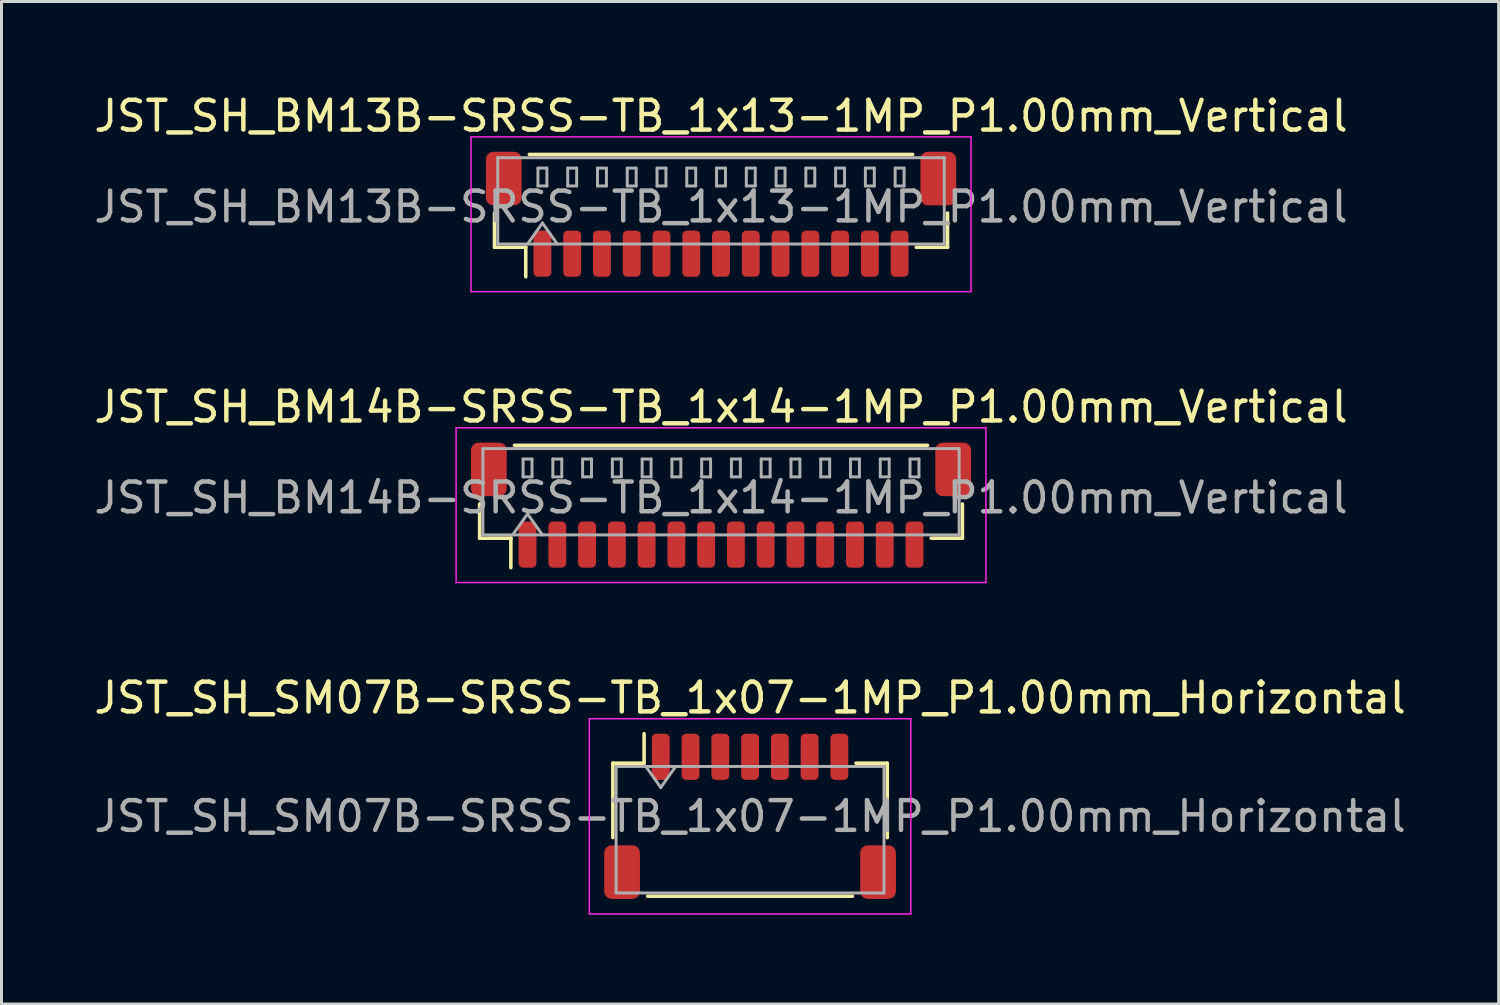
<source format=kicad_pcb>
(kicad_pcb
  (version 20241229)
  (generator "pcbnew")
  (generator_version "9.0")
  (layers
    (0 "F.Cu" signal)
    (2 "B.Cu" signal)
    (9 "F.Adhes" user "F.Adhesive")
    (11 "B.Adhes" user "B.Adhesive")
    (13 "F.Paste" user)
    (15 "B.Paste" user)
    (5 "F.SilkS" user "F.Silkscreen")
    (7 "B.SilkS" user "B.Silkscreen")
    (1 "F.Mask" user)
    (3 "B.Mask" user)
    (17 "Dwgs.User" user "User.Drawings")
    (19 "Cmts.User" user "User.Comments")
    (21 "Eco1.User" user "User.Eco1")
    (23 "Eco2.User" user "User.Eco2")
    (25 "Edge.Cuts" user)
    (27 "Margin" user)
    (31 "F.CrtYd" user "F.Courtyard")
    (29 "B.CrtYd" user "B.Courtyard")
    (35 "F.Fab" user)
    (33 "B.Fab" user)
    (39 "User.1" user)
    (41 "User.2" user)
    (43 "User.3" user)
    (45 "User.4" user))
  (footprint "JST_SH_BM14B-SRSS-TB_1x14-1MP_P1.00mm_Vertical"
    (layer "F.Cu")
    (at 21.173 13.921)
    (property "Reference" "JST_SH_BM14B-SRSS-TB_1x14-1MP_P1.00mm_Vertical" (at 0 -3.3 0) (layer "F.SilkS") (effects (font (size 1 1) (thickness 0.15))))
    (attr smd)
    (fp_line (start -8.11 -0.04) (end -8.11 1.11) (stroke (width 0.12) (type solid)) (layer "F.SilkS"))
    (fp_line (start -8.11 1.11) (end -7.06 1.11) (stroke (width 0.12) (type solid)) (layer "F.SilkS"))
    (fp_line (start -7.06 1.11) (end -7.06 2.1) (stroke (width 0.12) (type solid)) (layer "F.SilkS"))
    (fp_line (start -6.94 -2.01) (end 6.94 -2.01) (stroke (width 0.12) (type solid)) (layer "F.SilkS"))
    (fp_line (start 8.11 -0.04) (end 8.11 1.11) (stroke (width 0.12) (type solid)) (layer "F.SilkS"))
    (fp_line (start 8.11 1.11) (end 7.06 1.11) (stroke (width 0.12) (type solid)) (layer "F.SilkS"))
    (fp_line (start -8.9 -2.6) (end -8.9 2.6) (stroke (width 0.05) (type solid)) (layer "F.CrtYd"))
    (fp_line (start -8.9 2.6) (end 8.9 2.6) (stroke (width 0.05) (type solid)) (layer "F.CrtYd"))
    (fp_line (start 8.9 -2.6) (end -8.9 -2.6) (stroke (width 0.05) (type solid)) (layer "F.CrtYd"))
    (fp_line (start 8.9 2.6) (end 8.9 -2.6) (stroke (width 0.05) (type solid)) (layer "F.CrtYd"))
    (fp_line (start -8 -1.9) (end 8 -1.9) (stroke (width 0.1) (type solid)) (layer "F.Fab"))
    (fp_line (start -8 1) (end -8 -1.9) (stroke (width 0.1) (type solid)) (layer "F.Fab"))
    (fp_line (start -8 1) (end 8 1) (stroke (width 0.1) (type solid)) (layer "F.Fab"))
    (fp_line (start -7 1) (end -6.5 0.293) (stroke (width 0.1) (type solid)) (layer "F.Fab"))
    (fp_line (start -6.65 -1.55) (end -6.65 -0.95) (stroke (width 0.1) (type solid)) (layer "F.Fab"))
    (fp_line (start -6.65 -0.95) (end -6.35 -0.95) (stroke (width 0.1) (type solid)) (layer "F.Fab"))
    (fp_line (start -6.5 0.293) (end -6 1) (stroke (width 0.1) (type solid)) (layer "F.Fab"))
    (fp_line (start -6.35 -1.55) (end -6.65 -1.55) (stroke (width 0.1) (type solid)) (layer "F.Fab"))
    (fp_line (start -6.35 -0.95) (end -6.35 -1.55) (stroke (width 0.1) (type solid)) (layer "F.Fab"))
    (fp_line (start -5.65 -1.55) (end -5.65 -0.95) (stroke (width 0.1) (type solid)) (layer "F.Fab"))
    (fp_line (start -5.65 -0.95) (end -5.35 -0.95) (stroke (width 0.1) (type solid)) (layer "F.Fab"))
    (fp_line (start -5.35 -1.55) (end -5.65 -1.55) (stroke (width 0.1) (type solid)) (layer "F.Fab"))
    (fp_line (start -5.35 -0.95) (end -5.35 -1.55) (stroke (width 0.1) (type solid)) (layer "F.Fab"))
    (fp_line (start -4.65 -1.55) (end -4.65 -0.95) (stroke (width 0.1) (type solid)) (layer "F.Fab"))
    (fp_line (start -4.65 -0.95) (end -4.35 -0.95) (stroke (width 0.1) (type solid)) (layer "F.Fab"))
    (fp_line (start -4.35 -1.55) (end -4.65 -1.55) (stroke (width 0.1) (type solid)) (layer "F.Fab"))
    (fp_line (start -4.35 -0.95) (end -4.35 -1.55) (stroke (width 0.1) (type solid)) (layer "F.Fab"))
    (fp_line (start -3.65 -1.55) (end -3.65 -0.95) (stroke (width 0.1) (type solid)) (layer "F.Fab"))
    (fp_line (start -3.65 -0.95) (end -3.35 -0.95) (stroke (width 0.1) (type solid)) (layer "F.Fab"))
    (fp_line (start -3.35 -1.55) (end -3.65 -1.55) (stroke (width 0.1) (type solid)) (layer "F.Fab"))
    (fp_line (start -3.35 -0.95) (end -3.35 -1.55) (stroke (width 0.1) (type solid)) (layer "F.Fab"))
    (fp_line (start -2.65 -1.55) (end -2.65 -0.95) (stroke (width 0.1) (type solid)) (layer "F.Fab"))
    (fp_line (start -2.65 -0.95) (end -2.35 -0.95) (stroke (width 0.1) (type solid)) (layer "F.Fab"))
    (fp_line (start -2.35 -1.55) (end -2.65 -1.55) (stroke (width 0.1) (type solid)) (layer "F.Fab"))
    (fp_line (start -2.35 -0.95) (end -2.35 -1.55) (stroke (width 0.1) (type solid)) (layer "F.Fab"))
    (fp_line (start -1.65 -1.55) (end -1.65 -0.95) (stroke (width 0.1) (type solid)) (layer "F.Fab"))
    (fp_line (start -1.65 -0.95) (end -1.35 -0.95) (stroke (width 0.1) (type solid)) (layer "F.Fab"))
    (fp_line (start -1.35 -1.55) (end -1.65 -1.55) (stroke (width 0.1) (type solid)) (layer "F.Fab"))
    (fp_line (start -1.35 -0.95) (end -1.35 -1.55) (stroke (width 0.1) (type solid)) (layer "F.Fab"))
    (fp_line (start -0.65 -1.55) (end -0.65 -0.95) (stroke (width 0.1) (type solid)) (layer "F.Fab"))
    (fp_line (start -0.65 -0.95) (end -0.35 -0.95) (stroke (width 0.1) (type solid)) (layer "F.Fab"))
    (fp_line (start -0.35 -1.55) (end -0.65 -1.55) (stroke (width 0.1) (type solid)) (layer "F.Fab"))
    (fp_line (start -0.35 -0.95) (end -0.35 -1.55) (stroke (width 0.1) (type solid)) (layer "F.Fab"))
    (fp_line (start 0.35 -1.55) (end 0.35 -0.95) (stroke (width 0.1) (type solid)) (layer "F.Fab"))
    (fp_line (start 0.35 -0.95) (end 0.65 -0.95) (stroke (width 0.1) (type solid)) (layer "F.Fab"))
    (fp_line (start 0.65 -1.55) (end 0.35 -1.55) (stroke (width 0.1) (type solid)) (layer "F.Fab"))
    (fp_line (start 0.65 -0.95) (end 0.65 -1.55) (stroke (width 0.1) (type solid)) (layer "F.Fab"))
    (fp_line (start 1.35 -1.55) (end 1.35 -0.95) (stroke (width 0.1) (type solid)) (layer "F.Fab"))
    (fp_line (start 1.35 -0.95) (end 1.65 -0.95) (stroke (width 0.1) (type solid)) (layer "F.Fab"))
    (fp_line (start 1.65 -1.55) (end 1.35 -1.55) (stroke (width 0.1) (type solid)) (layer "F.Fab"))
    (fp_line (start 1.65 -0.95) (end 1.65 -1.55) (stroke (width 0.1) (type solid)) (layer "F.Fab"))
    (fp_line (start 2.35 -1.55) (end 2.35 -0.95) (stroke (width 0.1) (type solid)) (layer "F.Fab"))
    (fp_line (start 2.35 -0.95) (end 2.65 -0.95) (stroke (width 0.1) (type solid)) (layer "F.Fab"))
    (fp_line (start 2.65 -1.55) (end 2.35 -1.55) (stroke (width 0.1) (type solid)) (layer "F.Fab"))
    (fp_line (start 2.65 -0.95) (end 2.65 -1.55) (stroke (width 0.1) (type solid)) (layer "F.Fab"))
    (fp_line (start 3.35 -1.55) (end 3.35 -0.95) (stroke (width 0.1) (type solid)) (layer "F.Fab"))
    (fp_line (start 3.35 -0.95) (end 3.65 -0.95) (stroke (width 0.1) (type solid)) (layer "F.Fab"))
    (fp_line (start 3.65 -1.55) (end 3.35 -1.55) (stroke (width 0.1) (type solid)) (layer "F.Fab"))
    (fp_line (start 3.65 -0.95) (end 3.65 -1.55) (stroke (width 0.1) (type solid)) (layer "F.Fab"))
    (fp_line (start 4.35 -1.55) (end 4.35 -0.95) (stroke (width 0.1) (type solid)) (layer "F.Fab"))
    (fp_line (start 4.35 -0.95) (end 4.65 -0.95) (stroke (width 0.1) (type solid)) (layer "F.Fab"))
    (fp_line (start 4.65 -1.55) (end 4.35 -1.55) (stroke (width 0.1) (type solid)) (layer "F.Fab"))
    (fp_line (start 4.65 -0.95) (end 4.65 -1.55) (stroke (width 0.1) (type solid)) (layer "F.Fab"))
    (fp_line (start 5.35 -1.55) (end 5.35 -0.95) (stroke (width 0.1) (type solid)) (layer "F.Fab"))
    (fp_line (start 5.35 -0.95) (end 5.65 -0.95) (stroke (width 0.1) (type solid)) (layer "F.Fab"))
    (fp_line (start 5.65 -1.55) (end 5.35 -1.55) (stroke (width 0.1) (type solid)) (layer "F.Fab"))
    (fp_line (start 5.65 -0.95) (end 5.65 -1.55) (stroke (width 0.1) (type solid)) (layer "F.Fab"))
    (fp_line (start 6.35 -1.55) (end 6.35 -0.95) (stroke (width 0.1) (type solid)) (layer "F.Fab"))
    (fp_line (start 6.35 -0.95) (end 6.65 -0.95) (stroke (width 0.1) (type solid)) (layer "F.Fab"))
    (fp_line (start 6.65 -1.55) (end 6.35 -1.55) (stroke (width 0.1) (type solid)) (layer "F.Fab"))
    (fp_line (start 6.65 -0.95) (end 6.65 -1.55) (stroke (width 0.1) (type solid)) (layer "F.Fab"))
    (fp_line (start 8 1) (end 8 -1.9) (stroke (width 0.1) (type solid)) (layer "F.Fab"))
    (fp_text user "${REFERENCE}" (at 0 -0.25 0) (layer "F.Fab") (effects (font (size 1 1) (thickness 0.15))))
    (pad "1" smd roundrect (at -6.5 1.325) (size 0.6 1.55) (layers "F.Cu" "F.Mask" "F.Paste") (roundrect_rratio 0.25))
    (pad "2" smd roundrect (at -5.5 1.325) (size 0.6 1.55) (layers "F.Cu" "F.Mask" "F.Paste") (roundrect_rratio 0.25))
    (pad "3" smd roundrect (at -4.5 1.325) (size 0.6 1.55) (layers "F.Cu" "F.Mask" "F.Paste") (roundrect_rratio 0.25))
    (pad "4" smd roundrect (at -3.5 1.325) (size 0.6 1.55) (layers "F.Cu" "F.Mask" "F.Paste") (roundrect_rratio 0.25))
    (pad "5" smd roundrect (at -2.5 1.325) (size 0.6 1.55) (layers "F.Cu" "F.Mask" "F.Paste") (roundrect_rratio 0.25))
    (pad "6" smd roundrect (at -1.5 1.325) (size 0.6 1.55) (layers "F.Cu" "F.Mask" "F.Paste") (roundrect_rratio 0.25))
    (pad "7" smd roundrect (at -0.5 1.325) (size 0.6 1.55) (layers "F.Cu" "F.Mask" "F.Paste") (roundrect_rratio 0.25))
    (pad "8" smd roundrect (at 0.5 1.325) (size 0.6 1.55) (layers "F.Cu" "F.Mask" "F.Paste") (roundrect_rratio 0.25))
    (pad "9" smd roundrect (at 1.5 1.325) (size 0.6 1.55) (layers "F.Cu" "F.Mask" "F.Paste") (roundrect_rratio 0.25))
    (pad "10" smd roundrect (at 2.5 1.325) (size 0.6 1.55) (layers "F.Cu" "F.Mask" "F.Paste") (roundrect_rratio 0.25))
    (pad "11" smd roundrect (at 3.5 1.325) (size 0.6 1.55) (layers "F.Cu" "F.Mask" "F.Paste") (roundrect_rratio 0.25))
    (pad "12" smd roundrect (at 4.5 1.325) (size 0.6 1.55) (layers "F.Cu" "F.Mask" "F.Paste") (roundrect_rratio 0.25))
    (pad "13" smd roundrect (at 5.5 1.325) (size 0.6 1.55) (layers "F.Cu" "F.Mask" "F.Paste") (roundrect_rratio 0.25))
    (pad "14" smd roundrect (at 6.5 1.325) (size 0.6 1.55) (layers "F.Cu" "F.Mask" "F.Paste") (roundrect_rratio 0.25))
    (pad "MP" smd roundrect (at -7.8 -1.2) (size 1.2 1.8) (layers "F.Cu" "F.Mask" "F.Paste") (roundrect_rratio 0.208))
    (pad "MP" smd roundrect (at 7.8 -1.2) (size 1.2 1.8) (layers "F.Cu" "F.Mask" "F.Paste") (roundrect_rratio 0.208)))
  (footprint "JST_SH_BM13B-SRSS-TB_1x13-1MP_P1.00mm_Vertical"
    (layer "F.Cu")
    (at 21.173 4.148)
    (property "Reference" "JST_SH_BM13B-SRSS-TB_1x13-1MP_P1.00mm_Vertical" (at 0 -3.3 0) (layer "F.SilkS") (effects (font (size 1 1) (thickness 0.15))))
    (attr smd)
    (fp_line (start -7.61 -0.04) (end -7.61 1.11) (stroke (width 0.12) (type solid)) (layer "F.SilkS"))
    (fp_line (start -7.61 1.11) (end -6.56 1.11) (stroke (width 0.12) (type solid)) (layer "F.SilkS"))
    (fp_line (start -6.56 1.11) (end -6.56 2.1) (stroke (width 0.12) (type solid)) (layer "F.SilkS"))
    (fp_line (start -6.44 -2.01) (end 6.44 -2.01) (stroke (width 0.12) (type solid)) (layer "F.SilkS"))
    (fp_line (start 7.61 -0.04) (end 7.61 1.11) (stroke (width 0.12) (type solid)) (layer "F.SilkS"))
    (fp_line (start 7.61 1.11) (end 6.56 1.11) (stroke (width 0.12) (type solid)) (layer "F.SilkS"))
    (fp_line (start -8.4 -2.6) (end -8.4 2.6) (stroke (width 0.05) (type solid)) (layer "F.CrtYd"))
    (fp_line (start -8.4 2.6) (end 8.4 2.6) (stroke (width 0.05) (type solid)) (layer "F.CrtYd"))
    (fp_line (start 8.4 -2.6) (end -8.4 -2.6) (stroke (width 0.05) (type solid)) (layer "F.CrtYd"))
    (fp_line (start 8.4 2.6) (end 8.4 -2.6) (stroke (width 0.05) (type solid)) (layer "F.CrtYd"))
    (fp_line (start -7.5 -1.9) (end 7.5 -1.9) (stroke (width 0.1) (type solid)) (layer "F.Fab"))
    (fp_line (start -7.5 1) (end -7.5 -1.9) (stroke (width 0.1) (type solid)) (layer "F.Fab"))
    (fp_line (start -7.5 1) (end 7.5 1) (stroke (width 0.1) (type solid)) (layer "F.Fab"))
    (fp_line (start -6.5 1) (end -6 0.293) (stroke (width 0.1) (type solid)) (layer "F.Fab"))
    (fp_line (start -6.15 -1.55) (end -6.15 -0.95) (stroke (width 0.1) (type solid)) (layer "F.Fab"))
    (fp_line (start -6.15 -0.95) (end -5.85 -0.95) (stroke (width 0.1) (type solid)) (layer "F.Fab"))
    (fp_line (start -6 0.293) (end -5.5 1) (stroke (width 0.1) (type solid)) (layer "F.Fab"))
    (fp_line (start -5.85 -1.55) (end -6.15 -1.55) (stroke (width 0.1) (type solid)) (layer "F.Fab"))
    (fp_line (start -5.85 -0.95) (end -5.85 -1.55) (stroke (width 0.1) (type solid)) (layer "F.Fab"))
    (fp_line (start -5.15 -1.55) (end -5.15 -0.95) (stroke (width 0.1) (type solid)) (layer "F.Fab"))
    (fp_line (start -5.15 -0.95) (end -4.85 -0.95) (stroke (width 0.1) (type solid)) (layer "F.Fab"))
    (fp_line (start -4.85 -1.55) (end -5.15 -1.55) (stroke (width 0.1) (type solid)) (layer "F.Fab"))
    (fp_line (start -4.85 -0.95) (end -4.85 -1.55) (stroke (width 0.1) (type solid)) (layer "F.Fab"))
    (fp_line (start -4.15 -1.55) (end -4.15 -0.95) (stroke (width 0.1) (type solid)) (layer "F.Fab"))
    (fp_line (start -4.15 -0.95) (end -3.85 -0.95) (stroke (width 0.1) (type solid)) (layer "F.Fab"))
    (fp_line (start -3.85 -1.55) (end -4.15 -1.55) (stroke (width 0.1) (type solid)) (layer "F.Fab"))
    (fp_line (start -3.85 -0.95) (end -3.85 -1.55) (stroke (width 0.1) (type solid)) (layer "F.Fab"))
    (fp_line (start -3.15 -1.55) (end -3.15 -0.95) (stroke (width 0.1) (type solid)) (layer "F.Fab"))
    (fp_line (start -3.15 -0.95) (end -2.85 -0.95) (stroke (width 0.1) (type solid)) (layer "F.Fab"))
    (fp_line (start -2.85 -1.55) (end -3.15 -1.55) (stroke (width 0.1) (type solid)) (layer "F.Fab"))
    (fp_line (start -2.85 -0.95) (end -2.85 -1.55) (stroke (width 0.1) (type solid)) (layer "F.Fab"))
    (fp_line (start -2.15 -1.55) (end -2.15 -0.95) (stroke (width 0.1) (type solid)) (layer "F.Fab"))
    (fp_line (start -2.15 -0.95) (end -1.85 -0.95) (stroke (width 0.1) (type solid)) (layer "F.Fab"))
    (fp_line (start -1.85 -1.55) (end -2.15 -1.55) (stroke (width 0.1) (type solid)) (layer "F.Fab"))
    (fp_line (start -1.85 -0.95) (end -1.85 -1.55) (stroke (width 0.1) (type solid)) (layer "F.Fab"))
    (fp_line (start -1.15 -1.55) (end -1.15 -0.95) (stroke (width 0.1) (type solid)) (layer "F.Fab"))
    (fp_line (start -1.15 -0.95) (end -0.85 -0.95) (stroke (width 0.1) (type solid)) (layer "F.Fab"))
    (fp_line (start -0.85 -1.55) (end -1.15 -1.55) (stroke (width 0.1) (type solid)) (layer "F.Fab"))
    (fp_line (start -0.85 -0.95) (end -0.85 -1.55) (stroke (width 0.1) (type solid)) (layer "F.Fab"))
    (fp_line (start -0.15 -1.55) (end -0.15 -0.95) (stroke (width 0.1) (type solid)) (layer "F.Fab"))
    (fp_line (start -0.15 -0.95) (end 0.15 -0.95) (stroke (width 0.1) (type solid)) (layer "F.Fab"))
    (fp_line (start 0.15 -1.55) (end -0.15 -1.55) (stroke (width 0.1) (type solid)) (layer "F.Fab"))
    (fp_line (start 0.15 -0.95) (end 0.15 -1.55) (stroke (width 0.1) (type solid)) (layer "F.Fab"))
    (fp_line (start 0.85 -1.55) (end 0.85 -0.95) (stroke (width 0.1) (type solid)) (layer "F.Fab"))
    (fp_line (start 0.85 -0.95) (end 1.15 -0.95) (stroke (width 0.1) (type solid)) (layer "F.Fab"))
    (fp_line (start 1.15 -1.55) (end 0.85 -1.55) (stroke (width 0.1) (type solid)) (layer "F.Fab"))
    (fp_line (start 1.15 -0.95) (end 1.15 -1.55) (stroke (width 0.1) (type solid)) (layer "F.Fab"))
    (fp_line (start 1.85 -1.55) (end 1.85 -0.95) (stroke (width 0.1) (type solid)) (layer "F.Fab"))
    (fp_line (start 1.85 -0.95) (end 2.15 -0.95) (stroke (width 0.1) (type solid)) (layer "F.Fab"))
    (fp_line (start 2.15 -1.55) (end 1.85 -1.55) (stroke (width 0.1) (type solid)) (layer "F.Fab"))
    (fp_line (start 2.15 -0.95) (end 2.15 -1.55) (stroke (width 0.1) (type solid)) (layer "F.Fab"))
    (fp_line (start 2.85 -1.55) (end 2.85 -0.95) (stroke (width 0.1) (type solid)) (layer "F.Fab"))
    (fp_line (start 2.85 -0.95) (end 3.15 -0.95) (stroke (width 0.1) (type solid)) (layer "F.Fab"))
    (fp_line (start 3.15 -1.55) (end 2.85 -1.55) (stroke (width 0.1) (type solid)) (layer "F.Fab"))
    (fp_line (start 3.15 -0.95) (end 3.15 -1.55) (stroke (width 0.1) (type solid)) (layer "F.Fab"))
    (fp_line (start 3.85 -1.55) (end 3.85 -0.95) (stroke (width 0.1) (type solid)) (layer "F.Fab"))
    (fp_line (start 3.85 -0.95) (end 4.15 -0.95) (stroke (width 0.1) (type solid)) (layer "F.Fab"))
    (fp_line (start 4.15 -1.55) (end 3.85 -1.55) (stroke (width 0.1) (type solid)) (layer "F.Fab"))
    (fp_line (start 4.15 -0.95) (end 4.15 -1.55) (stroke (width 0.1) (type solid)) (layer "F.Fab"))
    (fp_line (start 4.85 -1.55) (end 4.85 -0.95) (stroke (width 0.1) (type solid)) (layer "F.Fab"))
    (fp_line (start 4.85 -0.95) (end 5.15 -0.95) (stroke (width 0.1) (type solid)) (layer "F.Fab"))
    (fp_line (start 5.15 -1.55) (end 4.85 -1.55) (stroke (width 0.1) (type solid)) (layer "F.Fab"))
    (fp_line (start 5.15 -0.95) (end 5.15 -1.55) (stroke (width 0.1) (type solid)) (layer "F.Fab"))
    (fp_line (start 5.85 -1.55) (end 5.85 -0.95) (stroke (width 0.1) (type solid)) (layer "F.Fab"))
    (fp_line (start 5.85 -0.95) (end 6.15 -0.95) (stroke (width 0.1) (type solid)) (layer "F.Fab"))
    (fp_line (start 6.15 -1.55) (end 5.85 -1.55) (stroke (width 0.1) (type solid)) (layer "F.Fab"))
    (fp_line (start 6.15 -0.95) (end 6.15 -1.55) (stroke (width 0.1) (type solid)) (layer "F.Fab"))
    (fp_line (start 7.5 1) (end 7.5 -1.9) (stroke (width 0.1) (type solid)) (layer "F.Fab"))
    (fp_text user "${REFERENCE}" (at 0 -0.25 0) (layer "F.Fab") (effects (font (size 1 1) (thickness 0.15))))
    (pad "1" smd roundrect (at -6 1.325) (size 0.6 1.55) (layers "F.Cu" "F.Mask" "F.Paste") (roundrect_rratio 0.25))
    (pad "2" smd roundrect (at -5 1.325) (size 0.6 1.55) (layers "F.Cu" "F.Mask" "F.Paste") (roundrect_rratio 0.25))
    (pad "3" smd roundrect (at -4 1.325) (size 0.6 1.55) (layers "F.Cu" "F.Mask" "F.Paste") (roundrect_rratio 0.25))
    (pad "4" smd roundrect (at -3 1.325) (size 0.6 1.55) (layers "F.Cu" "F.Mask" "F.Paste") (roundrect_rratio 0.25))
    (pad "5" smd roundrect (at -2 1.325) (size 0.6 1.55) (layers "F.Cu" "F.Mask" "F.Paste") (roundrect_rratio 0.25))
    (pad "6" smd roundrect (at -1 1.325) (size 0.6 1.55) (layers "F.Cu" "F.Mask" "F.Paste") (roundrect_rratio 0.25))
    (pad "7" smd roundrect (at 0 1.325) (size 0.6 1.55) (layers "F.Cu" "F.Mask" "F.Paste") (roundrect_rratio 0.25))
    (pad "8" smd roundrect (at 1 1.325) (size 0.6 1.55) (layers "F.Cu" "F.Mask" "F.Paste") (roundrect_rratio 0.25))
    (pad "9" smd roundrect (at 2 1.325) (size 0.6 1.55) (layers "F.Cu" "F.Mask" "F.Paste") (roundrect_rratio 0.25))
    (pad "10" smd roundrect (at 3 1.325) (size 0.6 1.55) (layers "F.Cu" "F.Mask" "F.Paste") (roundrect_rratio 0.25))
    (pad "11" smd roundrect (at 4 1.325) (size 0.6 1.55) (layers "F.Cu" "F.Mask" "F.Paste") (roundrect_rratio 0.25))
    (pad "12" smd roundrect (at 5 1.325) (size 0.6 1.55) (layers "F.Cu" "F.Mask" "F.Paste") (roundrect_rratio 0.25))
    (pad "13" smd roundrect (at 6 1.325) (size 0.6 1.55) (layers "F.Cu" "F.Mask" "F.Paste") (roundrect_rratio 0.25))
    (pad "MP" smd roundrect (at -7.3 -1.2) (size 1.2 1.8) (layers "F.Cu" "F.Mask" "F.Paste") (roundrect_rratio 0.208))
    (pad "MP" smd roundrect (at 7.3 -1.2) (size 1.2 1.8) (layers "F.Cu" "F.Mask" "F.Paste") (roundrect_rratio 0.208)))
  (footprint "JST_SH_SM07B-SRSS-TB_1x07-1MP_P1.00mm_Horizontal"
    (layer "F.Cu")
    (at 22.149 24.375)
    (property "Reference" "JST_SH_SM07B-SRSS-TB_1x07-1MP_P1.00mm_Horizontal" (at 0 -3.98 0) (layer "F.SilkS") (effects (font (size 1 1) (thickness 0.15))))
    (attr smd)
    (fp_line (start -4.61 -1.785) (end -3.56 -1.785) (stroke (width 0.12) (type solid)) (layer "F.SilkS"))
    (fp_line (start -4.61 0.715) (end -4.61 -1.785) (stroke (width 0.12) (type solid)) (layer "F.SilkS"))
    (fp_line (start -3.56 -1.785) (end -3.56 -2.775) (stroke (width 0.12) (type solid)) (layer "F.SilkS"))
    (fp_line (start -3.44 2.685) (end 3.44 2.685) (stroke (width 0.12) (type solid)) (layer "F.SilkS"))
    (fp_line (start 4.61 -1.785) (end 3.56 -1.785) (stroke (width 0.12) (type solid)) (layer "F.SilkS"))
    (fp_line (start 4.61 0.715) (end 4.61 -1.785) (stroke (width 0.12) (type solid)) (layer "F.SilkS"))
    (fp_line (start -5.4 -3.28) (end -5.4 3.28) (stroke (width 0.05) (type solid)) (layer "F.CrtYd"))
    (fp_line (start -5.4 3.28) (end 5.4 3.28) (stroke (width 0.05) (type solid)) (layer "F.CrtYd"))
    (fp_line (start 5.4 -3.28) (end -5.4 -3.28) (stroke (width 0.05) (type solid)) (layer "F.CrtYd"))
    (fp_line (start 5.4 3.28) (end 5.4 -3.28) (stroke (width 0.05) (type solid)) (layer "F.CrtYd"))
    (fp_line (start -4.5 -1.675) (end -4.5 2.575) (stroke (width 0.1) (type solid)) (layer "F.Fab"))
    (fp_line (start -4.5 -1.675) (end 4.5 -1.675) (stroke (width 0.1) (type solid)) (layer "F.Fab"))
    (fp_line (start -4.5 2.575) (end 4.5 2.575) (stroke (width 0.1) (type solid)) (layer "F.Fab"))
    (fp_line (start -3.5 -1.675) (end -3 -0.968) (stroke (width 0.1) (type solid)) (layer "F.Fab"))
    (fp_line (start -3 -0.968) (end -2.5 -1.675) (stroke (width 0.1) (type solid)) (layer "F.Fab"))
    (fp_line (start 4.5 -1.675) (end 4.5 2.575) (stroke (width 0.1) (type solid)) (layer "F.Fab"))
    (fp_text user "${REFERENCE}" (at 0 0 0) (layer "F.Fab") (effects (font (size 1 1) (thickness 0.15))))
    (pad "1" smd roundrect (at -3 -2) (size 0.6 1.55) (layers "F.Cu" "F.Mask" "F.Paste") (roundrect_rratio 0.25))
    (pad "2" smd roundrect (at -2 -2) (size 0.6 1.55) (layers "F.Cu" "F.Mask" "F.Paste") (roundrect_rratio 0.25))
    (pad "3" smd roundrect (at -1 -2) (size 0.6 1.55) (layers "F.Cu" "F.Mask" "F.Paste") (roundrect_rratio 0.25))
    (pad "4" smd roundrect (at 0 -2) (size 0.6 1.55) (layers "F.Cu" "F.Mask" "F.Paste") (roundrect_rratio 0.25))
    (pad "5" smd roundrect (at 1 -2) (size 0.6 1.55) (layers "F.Cu" "F.Mask" "F.Paste") (roundrect_rratio 0.25))
    (pad "6" smd roundrect (at 2 -2) (size 0.6 1.55) (layers "F.Cu" "F.Mask" "F.Paste") (roundrect_rratio 0.25))
    (pad "7" smd roundrect (at 3 -2) (size 0.6 1.55) (layers "F.Cu" "F.Mask" "F.Paste") (roundrect_rratio 0.25))
    (pad "MP" smd roundrect (at -4.3 1.875) (size 1.2 1.8) (layers "F.Cu" "F.Mask" "F.Paste") (roundrect_rratio 0.208))
    (pad "MP" smd roundrect (at 4.3 1.875) (size 1.2 1.8) (layers "F.Cu" "F.Mask" "F.Paste") (roundrect_rratio 0.208)))
  (gr_rect
    (start -3 -3)
    (end 47.298 30.68)
    (stroke (width 0.1) (type default))
    (fill no)
    (layer "Edge.Cuts")))
</source>
